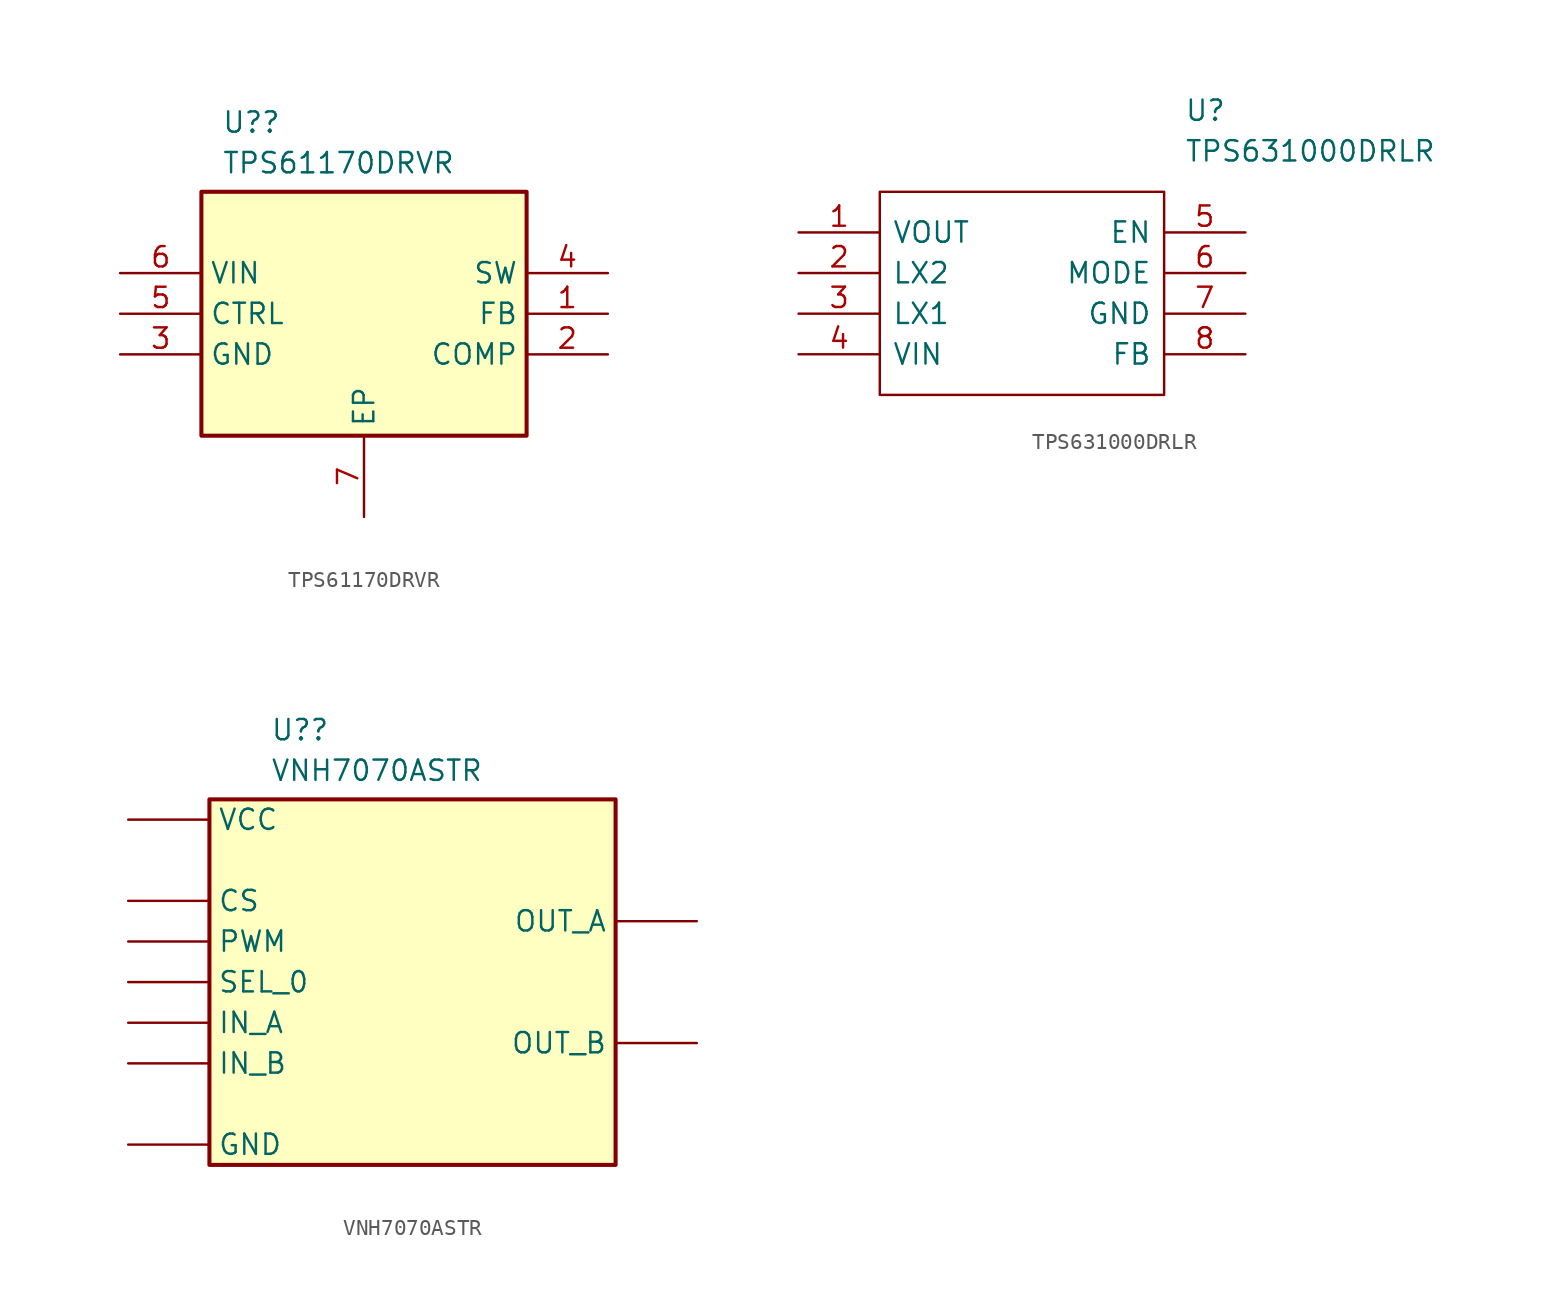
<source format=kicad_sym>
(kicad_symbol_lib
  (version 20220914)
  (generator kicad_symbol_editor)
  (symbol "TPS61170DRVR"
    (property "Reference" "U?"
      (at 6.35 7.62 0)
      (effects (font (size 1.27 1.27)) (justify left top)))
    (property "Value" "TPS61170DRVR"
      (at 6.35 5.08 0)
      (effects (font (size 1.27 1.27)) (justify left top)))
    (symbol "TPS61170DRVR_1_1"
      (rectangle (start 5.08 2.54) (end 25.4 -12.7) (stroke (width 0.254) (type default)) (fill (type background)))
      (pin input line (at 30.48 -5.08 180) (length 5.08) (name "FB" (effects (font (size 1.27 1.27)))) (number "1" (effects (font (size 1.27 1.27)))))
      (pin output line (at 30.48 -7.62 180) (length 5.08) (name "COMP" (effects (font (size 1.27 1.27)))) (number "2" (effects (font (size 1.27 1.27)))))
      (pin power_in line (at 0 -7.62 0) (length 5.08) (name "GND" (effects (font (size 1.27 1.27)))) (number "3" (effects (font (size 1.27 1.27)))))
      (pin bidirectional line (at 30.48 -2.54 180) (length 5.08) (name "SW" (effects (font (size 1.27 1.27)))) (number "4" (effects (font (size 1.27 1.27)))))
      (pin input line (at 0 -5.08 0) (length 5.08) (name "CTRL" (effects (font (size 1.27 1.27)))) (number "5" (effects (font (size 1.27 1.27)))))
      (pin power_in line (at 0 -2.54 0) (length 5.08) (name "VIN" (effects (font (size 1.27 1.27)))) (number "6" (effects (font (size 1.27 1.27)))))
      (pin power_in line (at 15.24 -17.78 90) (length 5.08) (name "EP" (effects (font (size 1.27 1.27)))) (number "7" (effects (font (size 1.27 1.27)))))))
  (symbol "TPS631000DRLR"
    (pin_names
      (offset 0.762))
    (property "Reference" "U"
      (at 24.13 7.62 0)
      (effects (font (size 1.27 1.27)) (justify left)))
    (property "Value" "TPS631000DRLR"
      (at 24.13 5.08 0)
      (effects (font (size 1.27 1.27)) (justify left)))
    (symbol "TPS631000DRLR_0_0"
      (pin passive line (at 0 0 0) (length 5.08) (name "VOUT" (effects (font (size 1.27 1.27)))) (number "1" (effects (font (size 1.27 1.27)))))
      (pin passive line (at 0 -2.54 0) (length 5.08) (name "LX2" (effects (font (size 1.27 1.27)))) (number "2" (effects (font (size 1.27 1.27)))))
      (pin passive line (at 0 -5.08 0) (length 5.08) (name "LX1" (effects (font (size 1.27 1.27)))) (number "3" (effects (font (size 1.27 1.27)))))
      (pin passive line (at 0 -7.62 0) (length 5.08) (name "VIN" (effects (font (size 1.27 1.27)))) (number "4" (effects (font (size 1.27 1.27)))))
      (pin passive line (at 27.94 0 180) (length 5.08) (name "EN" (effects (font (size 1.27 1.27)))) (number "5" (effects (font (size 1.27 1.27)))))
      (pin passive line (at 27.94 -2.54 180) (length 5.08) (name "MODE" (effects (font (size 1.27 1.27)))) (number "6" (effects (font (size 1.27 1.27)))))
      (pin passive line (at 27.94 -5.08 180) (length 5.08) (name "GND" (effects (font (size 1.27 1.27)))) (number "7" (effects (font (size 1.27 1.27)))))
      (pin passive line (at 27.94 -7.62 180) (length 5.08) (name "FB" (effects (font (size 1.27 1.27)))) (number "8" (effects (font (size 1.27 1.27))))))
    (symbol "TPS631000DRLR_0_1"
      (polyline (pts (xy 5.08 2.54) (xy 22.86 2.54) (xy 22.86 -10.16) (xy 5.08 -10.16) (xy 5.08 2.54)) (stroke (width 0.152) (type solid)) (fill (type none)))))
  (symbol "VNH7070ASTR"
    (pin_numbers hide)
    (property "Reference" "U?"
      (at -8.89 5.08 0)
      (effects (font (size 1.27 1.27)) (justify left top)))
    (property "Value" "VNH7070ASTR"
      (at -8.89 2.54 0)
      (effects (font (size 1.27 1.27)) (justify left top)))
    (symbol "VNH7070ASTR_1_1"
      (rectangle (start -12.7 0) (end 12.7 -22.86) (stroke (width 0.254) (type default)) (fill (type background)))
      (pin passive line (at -17.78 -21.59 0) (length 5.08) hide (name "GND" (effects (font (size 1.27 1.27)))) (number "1" (effects (font (size 1.27 1.27)))))
      (pin passive line (at 17.78 -15.24 180) (length 5.08) hide (name "OUT_B" (effects (font (size 1.27 1.27)))) (number "10" (effects (font (size 1.27 1.27)))))
      (pin passive line (at -17.78 -8.89 0) (length 5.08) (name "PWM" (effects (font (size 1.27 1.27)))) (number "11" (effects (font (size 1.27 1.27)))))
      (pin passive line (at -17.78 -1.27 0) (length 5.08) hide (name "VCC" (effects (font (size 1.27 1.27)))) (number "12" (effects (font (size 1.27 1.27)))))
      (pin passive line (at -17.78 -6.35 0) (length 5.08) (name "CS" (effects (font (size 1.27 1.27)))) (number "13" (effects (font (size 1.27 1.27)))))
      (pin passive line (at -17.78 -11.43 0) (length 5.08) (name "SEL_0" (effects (font (size 1.27 1.27)))) (number "14" (effects (font (size 1.27 1.27)))))
      (pin passive line (at 17.78 -7.62 180) (length 5.08) (name "OUT_A" (effects (font (size 1.27 1.27)))) (number "15" (effects (font (size 1.27 1.27)))))
      (pin passive line (at -17.78 -21.59 0) (length 5.08) hide (name "GND" (effects (font (size 1.27 1.27)))) (number "16" (effects (font (size 1.27 1.27)))))
      (pin passive line (at 17.78 -7.62 180) (length 5.08) hide (name "OUT_A" (effects (font (size 1.27 1.27)))) (number "2" (effects (font (size 1.27 1.27)))))
      (pin passive line (at -17.78 -13.97 0) (length 5.08) (name "IN_A" (effects (font (size 1.27 1.27)))) (number "3" (effects (font (size 1.27 1.27)))))
      (pin passive line (at -17.78 -1.27 0) (length 5.08) (name "VCC" (effects (font (size 1.27 1.27)))) (number "4" (effects (font (size 1.27 1.27)))))
      (pin passive line (at -17.78 -1.27 0) (length 5.08) hide (name "VCC" (effects (font (size 1.27 1.27)))) (number "5" (effects (font (size 1.27 1.27)))))
      (pin passive line (at -17.78 -16.51 0) (length 5.08) (name "IN_B" (effects (font (size 1.27 1.27)))) (number "6" (effects (font (size 1.27 1.27)))))
      (pin passive line (at 17.78 -15.24 180) (length 5.08) (name "OUT_B" (effects (font (size 1.27 1.27)))) (number "7" (effects (font (size 1.27 1.27)))))
      (pin passive line (at -17.78 -21.59 0) (length 5.08) (name "GND" (effects (font (size 1.27 1.27)))) (number "8" (effects (font (size 1.27 1.27)))))
      (pin passive line (at -17.78 -21.59 0) (length 5.08) hide (name "GND" (effects (font (size 1.27 1.27)))) (number "9" (effects (font (size 1.27 1.27))))))))
</source>
